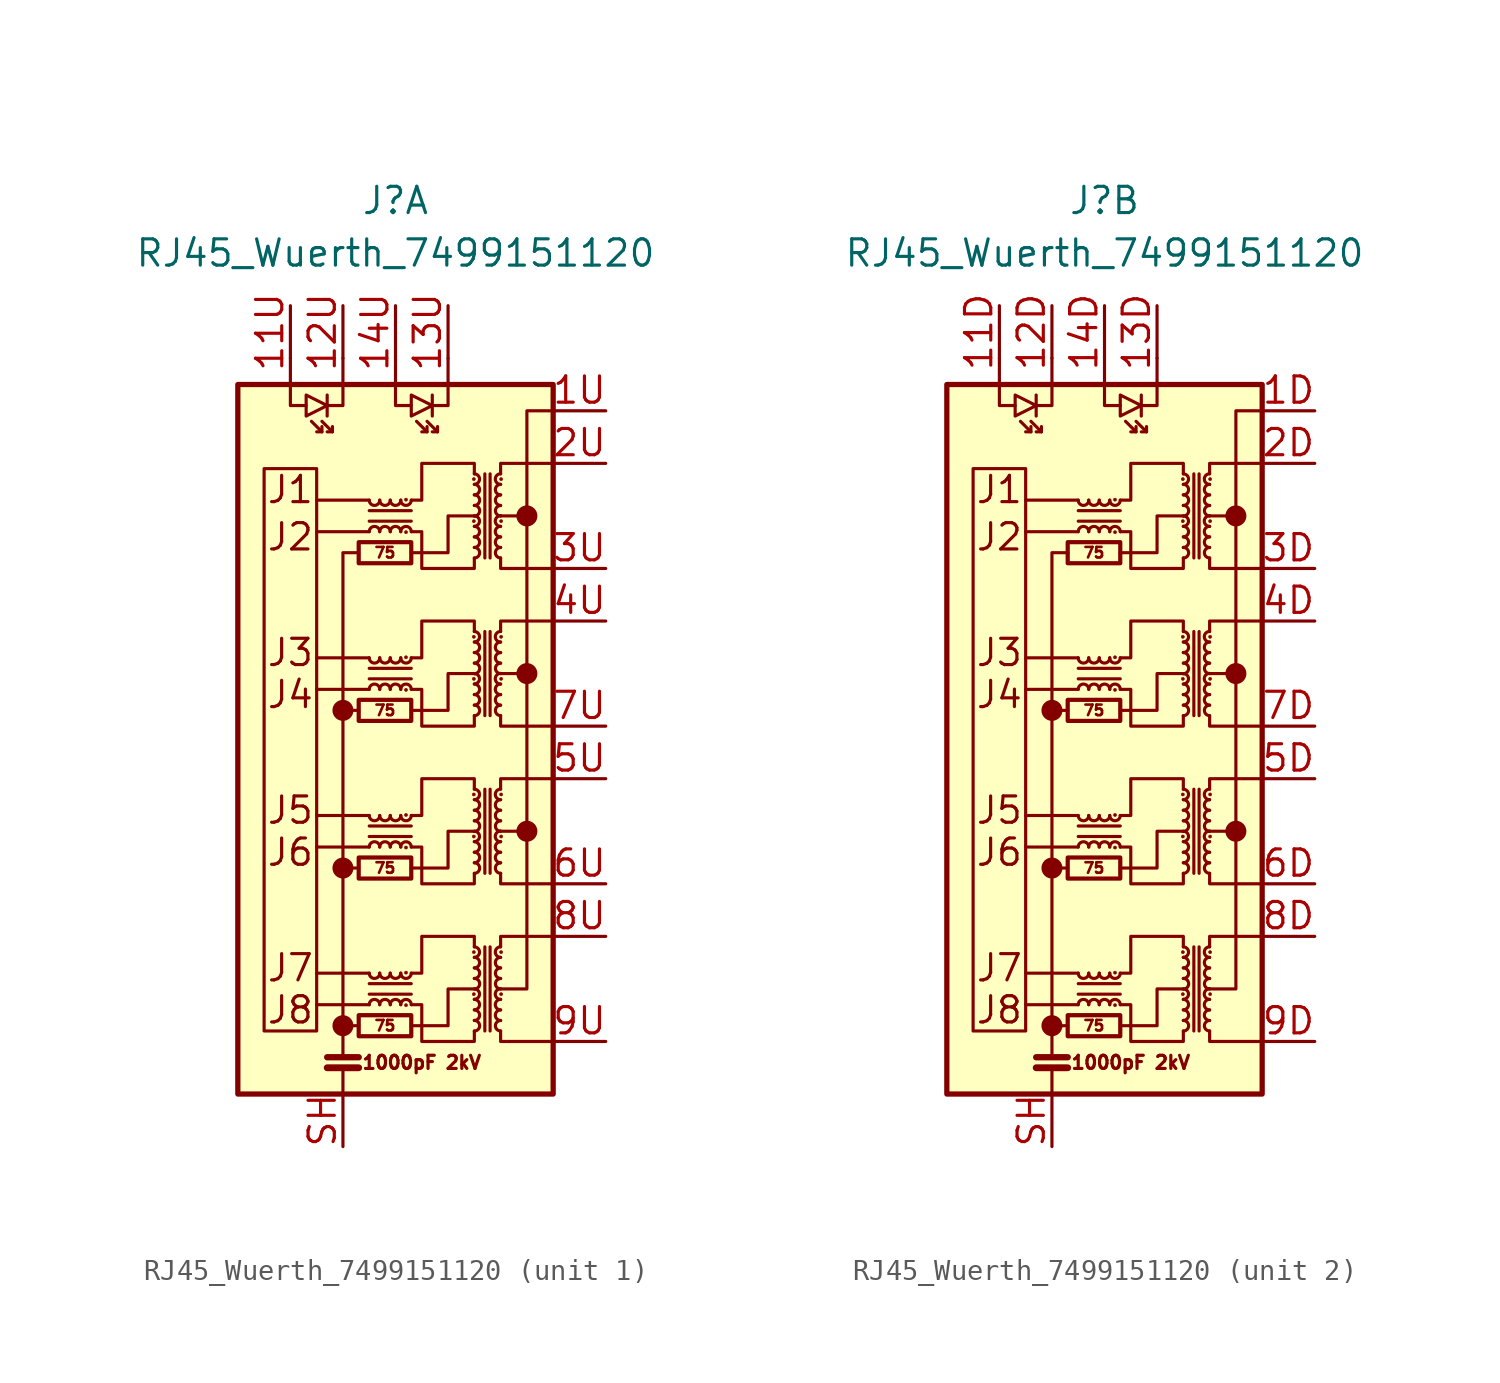
<source format=kicad_sym>
(kicad_symbol_lib
  (version 20241209)
  (generator "kicad_symbol_editor")
  (generator_version "9.0")
  (symbol "RJ45_Wuerth_7499151120"
    (pin_names
      (offset 0.025)
      (hide yes))
    (property "Reference" "J"
      (at 0 25.4 0)
      (effects (font (size 1.27 1.27))))
    (property "Value" "RJ45_Wuerth_7499151120"
      (at 0 22.86 0)
      (effects (font (size 1.27 1.27))))
    (property "ki_locked" ""
      (at 0 0 0)
      (effects (font (size 1.27 1.27))))
    (symbol "RJ45_Wuerth_7499151120_0_0"
      (circle (center -2.54 0.762) (radius 0.0001) (stroke (width 0.508) (type default)) (fill (type none)))
      (circle (center -2.54 -6.858) (radius 0.0001) (stroke (width 0.508) (type default)) (fill (type none)))
      (circle (center -2.54 -14.478) (radius 0.0001) (stroke (width 0.508) (type default)) (fill (type none)))
      (polyline (pts (xy -1.778 -14.478) (xy -2.54 -14.478)) (stroke (width 0) (type default)) (fill (type none)))
      (polyline (pts (xy -1.27 10.922) (xy -3.81 10.922)) (stroke (width 0) (type default)) (fill (type none)))
      (polyline (pts (xy -1.27 9.398) (xy -3.81 9.398)) (stroke (width 0) (type default)) (fill (type none)))
      (polyline (pts (xy -1.27 3.302) (xy -3.81 3.302)) (stroke (width 0) (type default)) (fill (type none)))
      (polyline (pts (xy -1.27 1.778) (xy -3.81 1.778)) (stroke (width 0) (type default)) (fill (type none)))
      (polyline (pts (xy -1.27 -4.318) (xy -3.81 -4.318)) (stroke (width 0) (type default)) (fill (type none)))
      (polyline (pts (xy -1.27 -5.842) (xy -3.81 -5.842)) (stroke (width 0) (type default)) (fill (type none)))
      (polyline (pts (xy -1.27 -11.938) (xy -3.81 -11.938)) (stroke (width 0) (type default)) (fill (type none)))
      (polyline (pts (xy -1.27 -13.462) (xy -3.81 -13.462)) (stroke (width 0) (type default)) (fill (type none)))
      (polyline (pts (xy 0.762 8.382) (xy 2.54 8.382) (xy 2.54 10.16) (xy 3.81 10.16)) (stroke (width 0) (type default)) (fill (type none)))
      (polyline (pts (xy 0.762 0.762) (xy 2.54 0.762) (xy 2.54 2.54) (xy 3.81 2.54)) (stroke (width 0) (type default)) (fill (type none)))
      (polyline (pts (xy 0.762 -6.858) (xy 2.54 -6.858) (xy 2.54 -5.08) (xy 3.81 -5.08)) (stroke (width 0) (type default)) (fill (type none)))
      (polyline (pts (xy 0.762 -14.478) (xy 2.54 -14.478) (xy 2.54 -12.7) (xy 3.81 -12.7)) (stroke (width 0) (type default)) (fill (type none)))
      (polyline (pts (xy 5.08 2.54) (xy 6.35 2.54)) (stroke (width 0) (type default)) (fill (type none)))
      (polyline (pts (xy 6.35 10.16) (xy 5.08 10.16)) (stroke (width 0) (type default)) (fill (type none)))
      (circle (center 6.35 10.16) (radius 0.0001) (stroke (width 0.508) (type default)) (fill (type none)))
      (circle (center 6.35 2.54) (radius 0.0001) (stroke (width 0.508) (type default)) (fill (type none)))
      (polyline (pts (xy 6.35 -5.08) (xy 5.08 -5.08)) (stroke (width 0) (type default)) (fill (type none)))
      (circle (center 6.35 -5.08) (radius 0.0001) (stroke (width 0.508) (type default)) (fill (type none)))
      (text "J1" (at -5.08 11.43 0) (effects (font (size 1.27 1.27))))
      (text "J2" (at -5.08 9.144 0) (effects (font (size 1.27 1.27))))
      (text "J3" (at -5.08 3.556 0) (effects (font (size 1.27 1.27))))
      (text "J4" (at -5.08 1.524 0) (effects (font (size 1.27 1.27))))
      (text "J5" (at -5.08 -4.064 0) (effects (font (size 1.27 1.27))))
      (text "J6" (at -5.08 -6.096 0) (effects (font (size 1.27 1.27))))
      (text "J7" (at -5.08 -11.684 0) (effects (font (size 1.27 1.27))))
      (text "J8" (at -5.08 -13.716 0) (effects (font (size 1.27 1.27))))
      (text "75" (at -0.508 8.382 0) (effects (font (size 0.508 0.508))))
      (text "75" (at -0.508 0.762 0) (effects (font (size 0.508 0.508))))
      (text "75" (at -0.508 -6.858 0) (effects (font (size 0.508 0.508))))
      (text "75" (at -0.508 -14.478 0) (effects (font (size 0.508 0.508))))
      (text "1000pF 2kV" (at 1.27 -16.256 0) (effects (font (size 0.635 0.635)))))
    (symbol "RJ45_Wuerth_7499151120_0_1"
      (rectangle (start -7.62 16.51) (end 7.62 -17.78) (stroke (width 0.254) (type default)) (fill (type background)))
      (polyline (pts (xy -5.08 17.78) (xy -5.08 15.494) (xy -4.318 15.494)) (stroke (width 0) (type default)) (fill (type none)))
      (rectangle (start -3.81 -14.732) (end -6.35 12.446) (stroke (width 0) (type default)) (fill (type none)))
      (polyline (pts (xy -3.556 14.478) (xy -3.556 14.224) (xy -3.81 14.224)) (stroke (width 0) (type default)) (fill (type none)))
      (polyline (pts (xy -3.556 14.224) (xy -4.064 14.732)) (stroke (width 0) (type default)) (fill (type none)))
      (polyline (pts (xy -3.302 16.002) (xy -3.302 14.986)) (stroke (width 0) (type default)) (fill (type none)))
      (polyline (pts (xy -3.302 15.494) (xy -4.318 16.002) (xy -4.318 14.986) (xy -3.302 15.494)) (stroke (width 0) (type default)) (fill (type none)))
      (polyline (pts (xy -3.302 -16.002) (xy -1.778 -16.002)) (stroke (width 0.305) (type default)) (fill (type none)))
      (polyline (pts (xy -3.302 -16.51) (xy -1.778 -16.51)) (stroke (width 0.33) (type default)) (fill (type none)))
      (polyline (pts (xy -3.048 14.478) (xy -3.048 14.224) (xy -3.302 14.224)) (stroke (width 0) (type default)) (fill (type none)))
      (polyline (pts (xy -3.048 14.224) (xy -3.556 14.732)) (stroke (width 0) (type default)) (fill (type none)))
      (polyline (pts (xy -2.54 17.78) (xy -2.54 15.494) (xy -3.302 15.494)) (stroke (width 0) (type default)) (fill (type none)))
      (polyline (pts (xy -2.54 0.762) (xy -1.778 0.762)) (stroke (width 0) (type default)) (fill (type none)))
      (polyline (pts (xy -2.54 -16.002) (xy -2.54 8.382) (xy -1.778 8.382)) (stroke (width 0) (type default)) (fill (type none)))
      (polyline (pts (xy -2.54 -17.78) (xy -2.54 -16.51)) (stroke (width 0) (type default)) (fill (type none)))
      (rectangle (start -1.778 7.874) (end 0.762 8.89) (stroke (width 0.203) (type default)) (fill (type none)))
      (rectangle (start -1.778 0.254) (end 0.762 1.27) (stroke (width 0.203) (type default)) (fill (type none)))
      (polyline (pts (xy -1.778 -6.858) (xy -2.54 -6.858)) (stroke (width 0) (type default)) (fill (type none)))
      (rectangle (start -1.778 -7.366) (end 0.762 -6.35) (stroke (width 0.203) (type default)) (fill (type none)))
      (rectangle (start -1.778 -14.986) (end 0.762 -13.97) (stroke (width 0.203) (type default)) (fill (type none)))
      (polyline (pts (xy -1.27 9.906) (xy 0.762 9.906)) (stroke (width 0) (type default)) (fill (type none)))
      (polyline (pts (xy -1.27 2.286) (xy 0.762 2.286)) (stroke (width 0) (type default)) (fill (type none)))
      (polyline (pts (xy -1.27 -5.334) (xy 0.762 -5.334)) (stroke (width 0) (type default)) (fill (type none)))
      (polyline (pts (xy -1.27 -12.954) (xy 0.762 -12.954)) (stroke (width 0) (type default)) (fill (type none)))
      (arc (start -0.762 10.922) (mid -1.016 10.6691) (end -1.27 10.922) (stroke (width 0) (type default)) (fill (type none)))
      (arc (start -1.27 9.398) (mid -1.016 9.6509) (end -0.762 9.398) (stroke (width 0) (type default)) (fill (type none)))
      (arc (start -0.762 3.302) (mid -1.016 3.0491) (end -1.27 3.302) (stroke (width 0) (type default)) (fill (type none)))
      (arc (start -1.27 1.778) (mid -1.016 2.0309) (end -0.762 1.778) (stroke (width 0) (type default)) (fill (type none)))
      (arc (start -0.762 -4.318) (mid -1.016 -4.5709) (end -1.27 -4.318) (stroke (width 0) (type default)) (fill (type none)))
      (arc (start -1.27 -5.842) (mid -1.016 -5.5891) (end -0.762 -5.842) (stroke (width 0) (type default)) (fill (type none)))
      (arc (start -0.762 -11.938) (mid -1.016 -12.1909) (end -1.27 -11.938) (stroke (width 0) (type default)) (fill (type none)))
      (arc (start -1.27 -13.462) (mid -1.016 -13.2091) (end -0.762 -13.462) (stroke (width 0) (type default)) (fill (type none)))
      (arc (start -0.254 10.922) (mid -0.508 10.6691) (end -0.762 10.922) (stroke (width 0) (type default)) (fill (type none)))
      (arc (start -0.762 9.398) (mid -0.508 9.6509) (end -0.254 9.398) (stroke (width 0) (type default)) (fill (type none)))
      (arc (start -0.254 3.302) (mid -0.508 3.0491) (end -0.762 3.302) (stroke (width 0) (type default)) (fill (type none)))
      (arc (start -0.762 1.778) (mid -0.508 2.0309) (end -0.254 1.778) (stroke (width 0) (type default)) (fill (type none)))
      (arc (start -0.254 -4.318) (mid -0.508 -4.5709) (end -0.762 -4.318) (stroke (width 0) (type default)) (fill (type none)))
      (arc (start -0.762 -5.842) (mid -0.508 -5.5891) (end -0.254 -5.842) (stroke (width 0) (type default)) (fill (type none)))
      (arc (start -0.254 -11.938) (mid -0.508 -12.1909) (end -0.762 -11.938) (stroke (width 0) (type default)) (fill (type none)))
      (arc (start -0.762 -13.462) (mid -0.508 -13.2091) (end -0.254 -13.462) (stroke (width 0) (type default)) (fill (type none)))
      (polyline (pts (xy 0 17.78) (xy 0 15.494) (xy 0.762 15.494)) (stroke (width 0) (type default)) (fill (type none)))
      (arc (start 0.254 10.922) (mid 0 10.6691) (end -0.254 10.922) (stroke (width 0) (type default)) (fill (type none)))
      (arc (start -0.254 9.398) (mid 0 9.6509) (end 0.254 9.398) (stroke (width 0) (type default)) (fill (type none)))
      (arc (start 0.254 3.302) (mid 0 3.0491) (end -0.254 3.302) (stroke (width 0) (type default)) (fill (type none)))
      (arc (start -0.254 1.778) (mid 0 2.0309) (end 0.254 1.778) (stroke (width 0) (type default)) (fill (type none)))
      (arc (start 0.254 -4.318) (mid 0 -4.5709) (end -0.254 -4.318) (stroke (width 0) (type default)) (fill (type none)))
      (arc (start -0.254 -5.842) (mid 0 -5.5891) (end 0.254 -5.842) (stroke (width 0) (type default)) (fill (type none)))
      (arc (start 0.254 -11.938) (mid 0 -12.1909) (end -0.254 -11.938) (stroke (width 0) (type default)) (fill (type none)))
      (arc (start -0.254 -13.462) (mid 0 -13.2091) (end 0.254 -13.462) (stroke (width 0) (type default)) (fill (type none)))
      (circle (center 0.508 10.947) (radius 0.076) (stroke (width 0.025) (type default)) (fill (type outline)))
      (arc (start 0.762 10.922) (mid 0.508 10.6691) (end 0.254 10.922) (stroke (width 0) (type default)) (fill (type none)))
      (arc (start 0.254 9.398) (mid 0.508 9.6509) (end 0.762 9.398) (stroke (width 0) (type default)) (fill (type none)))
      (circle (center 0.508 9.373) (radius 0.076) (stroke (width 0.025) (type default)) (fill (type outline)))
      (circle (center 0.508 3.327) (radius 0.076) (stroke (width 0.025) (type default)) (fill (type outline)))
      (arc (start 0.762 3.302) (mid 0.508 3.0491) (end 0.254 3.302) (stroke (width 0) (type default)) (fill (type none)))
      (arc (start 0.254 1.778) (mid 0.508 2.0309) (end 0.762 1.778) (stroke (width 0) (type default)) (fill (type none)))
      (circle (center 0.508 1.753) (radius 0.076) (stroke (width 0.025) (type default)) (fill (type outline)))
      (circle (center 0.508 -4.293) (radius 0.076) (stroke (width 0.025) (type default)) (fill (type outline)))
      (arc (start 0.762 -4.318) (mid 0.508 -4.5709) (end 0.254 -4.318) (stroke (width 0) (type default)) (fill (type none)))
      (arc (start 0.254 -5.842) (mid 0.508 -5.5891) (end 0.762 -5.842) (stroke (width 0) (type default)) (fill (type none)))
      (circle (center 0.508 -5.867) (radius 0.076) (stroke (width 0.025) (type default)) (fill (type outline)))
      (circle (center 0.508 -11.913) (radius 0.076) (stroke (width 0.025) (type default)) (fill (type outline)))
      (arc (start 0.762 -11.938) (mid 0.508 -12.1909) (end 0.254 -11.938) (stroke (width 0) (type default)) (fill (type none)))
      (arc (start 0.254 -13.462) (mid 0.508 -13.2091) (end 0.762 -13.462) (stroke (width 0) (type default)) (fill (type none)))
      (circle (center 0.508 -13.487) (radius 0.076) (stroke (width 0.025) (type default)) (fill (type outline)))
      (polyline (pts (xy 0.762 10.922) (xy 1.27 10.922) (xy 1.27 12.7) (xy 3.81 12.7) (xy 3.81 12.192)) (stroke (width 0) (type default)) (fill (type none)))
      (polyline (pts (xy 0.762 10.414) (xy -1.27 10.414)) (stroke (width 0) (type default)) (fill (type none)))
      (polyline (pts (xy 0.762 3.302) (xy 1.27 3.302) (xy 1.27 5.08) (xy 3.81 5.08) (xy 3.81 4.572)) (stroke (width 0) (type default)) (fill (type none)))
      (polyline (pts (xy 0.762 2.794) (xy -1.27 2.794)) (stroke (width 0) (type default)) (fill (type none)))
      (polyline (pts (xy 0.762 -4.318) (xy 1.27 -4.318) (xy 1.27 -2.54) (xy 3.81 -2.54) (xy 3.81 -3.048)) (stroke (width 0) (type default)) (fill (type none)))
      (polyline (pts (xy 0.762 -4.826) (xy -1.27 -4.826)) (stroke (width 0) (type default)) (fill (type none)))
      (polyline (pts (xy 0.762 -11.938) (xy 1.27 -11.938) (xy 1.27 -10.16) (xy 3.81 -10.16) (xy 3.81 -10.668)) (stroke (width 0) (type default)) (fill (type none)))
      (polyline (pts (xy 0.762 -12.446) (xy -1.27 -12.446)) (stroke (width 0) (type default)) (fill (type none)))
      (polyline (pts (xy 1.524 14.478) (xy 1.524 14.224) (xy 1.27 14.224)) (stroke (width 0) (type default)) (fill (type none)))
      (polyline (pts (xy 1.524 14.224) (xy 1.016 14.732)) (stroke (width 0) (type default)) (fill (type none)))
      (polyline (pts (xy 1.778 16.002) (xy 1.778 14.986)) (stroke (width 0) (type default)) (fill (type none)))
      (polyline (pts (xy 1.778 15.494) (xy 0.762 16.002) (xy 0.762 14.986) (xy 1.778 15.494)) (stroke (width 0) (type default)) (fill (type none)))
      (polyline (pts (xy 2.032 14.478) (xy 2.032 14.224) (xy 1.778 14.224)) (stroke (width 0) (type default)) (fill (type none)))
      (polyline (pts (xy 2.032 14.224) (xy 1.524 14.732)) (stroke (width 0) (type default)) (fill (type none)))
      (polyline (pts (xy 2.54 17.78) (xy 2.54 15.494) (xy 1.778 15.494)) (stroke (width 0) (type default)) (fill (type none)))
      (circle (center 3.785 11.938) (radius 0.076) (stroke (width 0.025) (type default)) (fill (type outline)))
      (circle (center 3.785 9.906) (radius 0.076) (stroke (width 0.025) (type default)) (fill (type outline)))
      (circle (center 3.785 4.318) (radius 0.076) (stroke (width 0.025) (type default)) (fill (type outline)))
      (circle (center 3.785 2.286) (radius 0.076) (stroke (width 0.025) (type default)) (fill (type outline)))
      (circle (center 3.785 -3.302) (radius 0.076) (stroke (width 0.025) (type default)) (fill (type outline)))
      (circle (center 3.785 -5.334) (radius 0.076) (stroke (width 0.025) (type default)) (fill (type outline)))
      (circle (center 3.785 -10.922) (radius 0.076) (stroke (width 0.025) (type default)) (fill (type outline)))
      (circle (center 3.785 -12.954) (radius 0.076) (stroke (width 0.025) (type default)) (fill (type outline)))
      (arc (start 3.81 12.192) (mid 4.063 11.938) (end 3.81 11.684) (stroke (width 0) (type default)) (fill (type none)))
      (arc (start 3.81 11.684) (mid 4.063 11.43) (end 3.81 11.176) (stroke (width 0) (type default)) (fill (type none)))
      (arc (start 3.81 11.176) (mid 4.063 10.922) (end 3.81 10.668) (stroke (width 0) (type default)) (fill (type none)))
      (arc (start 3.81 10.668) (mid 4.063 10.414) (end 3.81 10.16) (stroke (width 0) (type default)) (fill (type none)))
      (arc (start 3.81 10.16) (mid 4.063 9.906) (end 3.81 9.652) (stroke (width 0) (type default)) (fill (type none)))
      (arc (start 3.81 9.652) (mid 4.063 9.398) (end 3.81 9.144) (stroke (width 0) (type default)) (fill (type none)))
      (arc (start 3.81 9.144) (mid 4.063 8.89) (end 3.81 8.636) (stroke (width 0) (type default)) (fill (type none)))
      (arc (start 3.81 8.636) (mid 4.063 8.382) (end 3.81 8.128) (stroke (width 0) (type default)) (fill (type none)))
      (arc (start 3.81 4.572) (mid 4.063 4.318) (end 3.81 4.064) (stroke (width 0) (type default)) (fill (type none)))
      (arc (start 3.81 4.064) (mid 4.063 3.81) (end 3.81 3.556) (stroke (width 0) (type default)) (fill (type none)))
      (arc (start 3.81 3.556) (mid 4.063 3.302) (end 3.81 3.048) (stroke (width 0) (type default)) (fill (type none)))
      (arc (start 3.81 3.048) (mid 4.063 2.794) (end 3.81 2.54) (stroke (width 0) (type default)) (fill (type none)))
      (arc (start 3.81 2.54) (mid 4.063 2.286) (end 3.81 2.032) (stroke (width 0) (type default)) (fill (type none)))
      (arc (start 3.81 2.032) (mid 4.063 1.778) (end 3.81 1.524) (stroke (width 0) (type default)) (fill (type none)))
      (arc (start 3.81 1.524) (mid 4.063 1.27) (end 3.81 1.016) (stroke (width 0) (type default)) (fill (type none)))
      (arc (start 3.81 1.016) (mid 4.063 0.762) (end 3.81 0.508) (stroke (width 0) (type default)) (fill (type none)))
      (arc (start 3.81 -3.048) (mid 4.063 -3.302) (end 3.81 -3.556) (stroke (width 0) (type default)) (fill (type none)))
      (arc (start 3.81 -3.556) (mid 4.063 -3.81) (end 3.81 -4.064) (stroke (width 0) (type default)) (fill (type none)))
      (arc (start 3.81 -4.064) (mid 4.063 -4.318) (end 3.81 -4.572) (stroke (width 0) (type default)) (fill (type none)))
      (arc (start 3.81 -4.572) (mid 4.063 -4.826) (end 3.81 -5.08) (stroke (width 0) (type default)) (fill (type none)))
      (arc (start 3.81 -5.08) (mid 4.063 -5.334) (end 3.81 -5.588) (stroke (width 0) (type default)) (fill (type none)))
      (arc (start 3.81 -5.588) (mid 4.063 -5.842) (end 3.81 -6.096) (stroke (width 0) (type default)) (fill (type none)))
      (arc (start 3.81 -6.096) (mid 4.063 -6.35) (end 3.81 -6.604) (stroke (width 0) (type default)) (fill (type none)))
      (arc (start 3.81 -6.604) (mid 4.063 -6.858) (end 3.81 -7.112) (stroke (width 0) (type default)) (fill (type none)))
      (arc (start 3.81 -10.668) (mid 4.063 -10.922) (end 3.81 -11.176) (stroke (width 0) (type default)) (fill (type none)))
      (arc (start 3.81 -11.176) (mid 4.063 -11.43) (end 3.81 -11.684) (stroke (width 0) (type default)) (fill (type none)))
      (arc (start 3.81 -11.684) (mid 4.063 -11.938) (end 3.81 -12.192) (stroke (width 0) (type default)) (fill (type none)))
      (arc (start 3.81 -12.192) (mid 4.063 -12.446) (end 3.81 -12.7) (stroke (width 0) (type default)) (fill (type none)))
      (arc (start 3.81 -12.7) (mid 4.063 -12.954) (end 3.81 -13.208) (stroke (width 0) (type default)) (fill (type none)))
      (arc (start 3.81 -13.208) (mid 4.063 -13.462) (end 3.81 -13.716) (stroke (width 0) (type default)) (fill (type none)))
      (arc (start 3.81 -13.716) (mid 4.063 -13.97) (end 3.81 -14.224) (stroke (width 0) (type default)) (fill (type none)))
      (arc (start 3.81 -14.224) (mid 4.063 -14.478) (end 3.81 -14.732) (stroke (width 0) (type default)) (fill (type none)))
      (polyline (pts (xy 3.81 8.128) (xy 3.81 7.62) (xy 1.27 7.62) (xy 1.27 9.398) (xy 0.762 9.398)) (stroke (width 0) (type default)) (fill (type none)))
      (polyline (pts (xy 3.81 0.508) (xy 3.81 0) (xy 1.27 0) (xy 1.27 1.778) (xy 0.762 1.778)) (stroke (width 0) (type default)) (fill (type none)))
      (polyline (pts (xy 3.81 -7.112) (xy 3.81 -7.62) (xy 1.27 -7.62) (xy 1.27 -5.842) (xy 0.762 -5.842)) (stroke (width 0) (type default)) (fill (type none)))
      (polyline (pts (xy 3.81 -14.732) (xy 3.81 -15.24) (xy 1.27 -15.24) (xy 1.27 -13.462) (xy 0.762 -13.462)) (stroke (width 0) (type default)) (fill (type none)))
      (polyline (pts (xy 4.318 12.192) (xy 4.318 8.128)) (stroke (width 0) (type default)) (fill (type none)))
      (polyline (pts (xy 4.318 4.572) (xy 4.318 0.508)) (stroke (width 0) (type default)) (fill (type none)))
      (polyline (pts (xy 4.318 -3.048) (xy 4.318 -7.112)) (stroke (width 0) (type default)) (fill (type none)))
      (polyline (pts (xy 4.318 -10.668) (xy 4.318 -14.732)) (stroke (width 0) (type default)) (fill (type none)))
      (polyline (pts (xy 4.572 8.128) (xy 4.572 12.192)) (stroke (width 0) (type default)) (fill (type none)))
      (polyline (pts (xy 4.572 0.508) (xy 4.572 4.572)) (stroke (width 0) (type default)) (fill (type none)))
      (polyline (pts (xy 4.572 -7.112) (xy 4.572 -3.048)) (stroke (width 0) (type default)) (fill (type none)))
      (polyline (pts (xy 4.572 -14.732) (xy 4.572 -10.668)) (stroke (width 0) (type default)) (fill (type none)))
      (polyline (pts (xy 5.08 12.192) (xy 5.08 12.7) (xy 7.62 12.7)) (stroke (width 0) (type default)) (fill (type none)))
      (polyline (pts (xy 5.08 8.128) (xy 5.08 7.62) (xy 7.62 7.62)) (stroke (width 0) (type default)) (fill (type none)))
      (polyline (pts (xy 5.08 4.572) (xy 5.08 5.08) (xy 7.62 5.08)) (stroke (width 0) (type default)) (fill (type none)))
      (polyline (pts (xy 5.08 0.508) (xy 5.08 0) (xy 7.62 0)) (stroke (width 0) (type default)) (fill (type none)))
      (polyline (pts (xy 5.08 -3.048) (xy 5.08 -2.54) (xy 7.62 -2.54)) (stroke (width 0) (type default)) (fill (type none)))
      (polyline (pts (xy 5.08 -7.112) (xy 5.08 -7.62) (xy 7.62 -7.62)) (stroke (width 0) (type default)) (fill (type none)))
      (polyline (pts (xy 5.08 -10.668) (xy 5.08 -10.16) (xy 7.62 -10.16)) (stroke (width 0) (type default)) (fill (type none)))
      (polyline (pts (xy 5.08 -14.732) (xy 5.08 -15.24) (xy 7.62 -15.24)) (stroke (width 0) (type default)) (fill (type none)))
      (arc (start 5.08 11.684) (mid 4.827 11.938) (end 5.08 12.192) (stroke (width 0) (type default)) (fill (type none)))
      (arc (start 5.08 10.668) (mid 4.827 10.922) (end 5.08 11.176) (stroke (width 0) (type default)) (fill (type none)))
      (arc (start 5.08 10.16) (mid 4.827 10.414) (end 5.08 10.668) (stroke (width 0) (type default)) (fill (type none)))
      (arc (start 5.08 9.652) (mid 4.827 9.906) (end 5.08 10.16) (stroke (width 0) (type default)) (fill (type none)))
      (arc (start 5.08 9.144) (mid 4.827 9.398) (end 5.08 9.652) (stroke (width 0) (type default)) (fill (type none)))
      (arc (start 5.08 8.128) (mid 4.827 8.382) (end 5.08 8.636) (stroke (width 0) (type default)) (fill (type none)))
      (arc (start 5.08 4.064) (mid 4.827 4.318) (end 5.08 4.572) (stroke (width 0) (type default)) (fill (type none)))
      (arc (start 5.08 3.048) (mid 4.827 3.302) (end 5.08 3.556) (stroke (width 0) (type default)) (fill (type none)))
      (arc (start 5.08 2.54) (mid 4.827 2.794) (end 5.08 3.048) (stroke (width 0) (type default)) (fill (type none)))
      (arc (start 5.08 2.032) (mid 4.827 2.286) (end 5.08 2.54) (stroke (width 0) (type default)) (fill (type none)))
      (arc (start 5.08 1.524) (mid 4.827 1.778) (end 5.08 2.032) (stroke (width 0) (type default)) (fill (type none)))
      (arc (start 5.08 0.508) (mid 4.827 0.762) (end 5.08 1.016) (stroke (width 0) (type default)) (fill (type none)))
      (arc (start 5.08 -3.556) (mid 4.827 -3.302) (end 5.08 -3.048) (stroke (width 0) (type default)) (fill (type none)))
      (arc (start 5.08 -4.572) (mid 4.827 -4.318) (end 5.08 -4.064) (stroke (width 0) (type default)) (fill (type none)))
      (arc (start 5.08 -5.08) (mid 4.827 -4.826) (end 5.08 -4.572) (stroke (width 0) (type default)) (fill (type none)))
      (arc (start 5.08 -5.588) (mid 4.827 -5.334) (end 5.08 -5.08) (stroke (width 0) (type default)) (fill (type none)))
      (arc (start 5.08 -6.096) (mid 4.827 -5.842) (end 5.08 -5.588) (stroke (width 0) (type default)) (fill (type none)))
      (arc (start 5.08 -7.112) (mid 4.827 -6.858) (end 5.08 -6.604) (stroke (width 0) (type default)) (fill (type none)))
      (arc (start 5.08 -11.176) (mid 4.827 -10.922) (end 5.08 -10.668) (stroke (width 0) (type default)) (fill (type none)))
      (arc (start 5.08 -12.192) (mid 4.827 -11.938) (end 5.08 -11.684) (stroke (width 0) (type default)) (fill (type none)))
      (arc (start 5.08 -12.7) (mid 4.827 -12.446) (end 5.08 -12.192) (stroke (width 0) (type default)) (fill (type none)))
      (arc (start 5.08 -13.208) (mid 4.827 -12.954) (end 5.08 -12.7) (stroke (width 0) (type default)) (fill (type none)))
      (arc (start 5.08 -13.716) (mid 4.827 -13.462) (end 5.08 -13.208) (stroke (width 0) (type default)) (fill (type none)))
      (arc (start 5.08 -14.732) (mid 4.827 -14.478) (end 5.08 -14.224) (stroke (width 0) (type default)) (fill (type none)))
      (arc (start 5.08 11.176) (mid 4.8271 11.43) (end 5.08 11.684) (stroke (width 0) (type default)) (fill (type none)))
      (arc (start 5.08 8.636) (mid 4.8271 8.89) (end 5.08 9.144) (stroke (width 0) (type default)) (fill (type none)))
      (arc (start 5.08 3.556) (mid 4.8271 3.81) (end 5.08 4.064) (stroke (width 0) (type default)) (fill (type none)))
      (arc (start 5.08 1.016) (mid 4.8271 1.27) (end 5.08 1.524) (stroke (width 0) (type default)) (fill (type none)))
      (arc (start 5.08 -4.064) (mid 4.8271 -3.81) (end 5.08 -3.556) (stroke (width 0) (type default)) (fill (type none)))
      (arc (start 5.08 -6.604) (mid 4.8271 -6.35) (end 5.08 -6.096) (stroke (width 0) (type default)) (fill (type none)))
      (arc (start 5.08 -11.684) (mid 4.8271 -11.43) (end 5.08 -11.176) (stroke (width 0) (type default)) (fill (type none)))
      (arc (start 5.08 -14.224) (mid 4.8271 -13.97) (end 5.08 -13.716) (stroke (width 0) (type default)) (fill (type none)))
      (circle (center 5.105 11.938) (radius 0.076) (stroke (width 0.025) (type default)) (fill (type outline)))
      (circle (center 5.105 9.906) (radius 0.076) (stroke (width 0.025) (type default)) (fill (type outline)))
      (circle (center 5.105 4.318) (radius 0.076) (stroke (width 0.025) (type default)) (fill (type outline)))
      (circle (center 5.105 2.286) (radius 0.076) (stroke (width 0.025) (type default)) (fill (type outline)))
      (circle (center 5.105 -3.302) (radius 0.076) (stroke (width 0.025) (type default)) (fill (type outline)))
      (circle (center 5.105 -5.334) (radius 0.076) (stroke (width 0.025) (type default)) (fill (type outline)))
      (circle (center 5.105 -10.922) (radius 0.076) (stroke (width 0.025) (type default)) (fill (type outline)))
      (circle (center 5.105 -12.954) (radius 0.076) (stroke (width 0.025) (type default)) (fill (type outline)))
      (polyline (pts (xy 7.62 15.24) (xy 6.35 15.24) (xy 6.35 -12.7) (xy 5.08 -12.7)) (stroke (width 0) (type default)) (fill (type none)))
      (pin power_in line (at -2.54 -20.32 90) (length 2.54) (name "~" (effects (font (size 1.27 1.27)))) (number "SH" (effects (font (size 1.27 1.27))))))
    (symbol "RJ45_Wuerth_7499151120_1_1"
      (pin passive line (at -5.08 20.32 270) (length 2.54) (name "~" (effects (font (size 1.27 1.27)))) (number "11U" (effects (font (size 1.27 1.27)))))
      (pin passive line (at -2.54 20.32 270) (length 2.54) (name "~" (effects (font (size 1.27 1.27)))) (number "12U" (effects (font (size 1.27 1.27)))))
      (pin passive line (at 0 20.32 270) (length 2.54) (name "~" (effects (font (size 1.27 1.27)))) (number "14U" (effects (font (size 1.27 1.27)))))
      (pin no_connect line (at 0 -17.78 90) (length 2.54) (hide yes) (name "~" (effects (font (size 1.27 1.27)))) (number "10U" (effects (font (size 1.27 1.27)))))
      (pin passive line (at 2.54 20.32 270) (length 2.54) (name "~" (effects (font (size 1.27 1.27)))) (number "13U" (effects (font (size 1.27 1.27)))))
      (pin passive line (at 10.16 15.24 180) (length 2.54) (name "~" (effects (font (size 1.27 1.27)))) (number "1U" (effects (font (size 1.27 1.27)))))
      (pin passive line (at 10.16 12.7 180) (length 2.54) (name "~" (effects (font (size 1.27 1.27)))) (number "2U" (effects (font (size 1.27 1.27)))))
      (pin passive line (at 10.16 7.62 180) (length 2.54) (name "~" (effects (font (size 1.27 1.27)))) (number "3U" (effects (font (size 1.27 1.27)))))
      (pin passive line (at 10.16 5.08 180) (length 2.54) (name "~" (effects (font (size 1.27 1.27)))) (number "4U" (effects (font (size 1.27 1.27)))))
      (pin passive line (at 10.16 0 180) (length 2.54) (name "~" (effects (font (size 1.27 1.27)))) (number "7U" (effects (font (size 1.27 1.27)))))
      (pin passive line (at 10.16 -2.54 180) (length 2.54) (name "~" (effects (font (size 1.27 1.27)))) (number "5U" (effects (font (size 1.27 1.27)))))
      (pin passive line (at 10.16 -7.62 180) (length 2.54) (name "~" (effects (font (size 1.27 1.27)))) (number "6U" (effects (font (size 1.27 1.27)))))
      (pin passive line (at 10.16 -10.16 180) (length 2.54) (name "~" (effects (font (size 1.27 1.27)))) (number "8U" (effects (font (size 1.27 1.27)))))
      (pin passive line (at 10.16 -15.24 180) (length 2.54) (name "~" (effects (font (size 1.27 1.27)))) (number "9U" (effects (font (size 1.27 1.27))))))
    (symbol "RJ45_Wuerth_7499151120_2_1"
      (pin passive line (at -5.08 20.32 270) (length 2.54) (name "~" (effects (font (size 1.27 1.27)))) (number "11D" (effects (font (size 1.27 1.27)))))
      (pin passive line (at -2.54 20.32 270) (length 2.54) (name "~" (effects (font (size 1.27 1.27)))) (number "12D" (effects (font (size 1.27 1.27)))))
      (pin passive line (at 0 20.32 270) (length 2.54) (name "~" (effects (font (size 1.27 1.27)))) (number "14D" (effects (font (size 1.27 1.27)))))
      (pin no_connect line (at 0 -17.78 90) (length 2.54) (hide yes) (name "~" (effects (font (size 1.27 1.27)))) (number "10D" (effects (font (size 1.27 1.27)))))
      (pin passive line (at 2.54 20.32 270) (length 2.54) (name "~" (effects (font (size 1.27 1.27)))) (number "13D" (effects (font (size 1.27 1.27)))))
      (pin passive line (at 10.16 15.24 180) (length 2.54) (name "~" (effects (font (size 1.27 1.27)))) (number "1D" (effects (font (size 1.27 1.27)))))
      (pin passive line (at 10.16 12.7 180) (length 2.54) (name "~" (effects (font (size 1.27 1.27)))) (number "2D" (effects (font (size 1.27 1.27)))))
      (pin passive line (at 10.16 7.62 180) (length 2.54) (name "~" (effects (font (size 1.27 1.27)))) (number "3D" (effects (font (size 1.27 1.27)))))
      (pin passive line (at 10.16 5.08 180) (length 2.54) (name "~" (effects (font (size 1.27 1.27)))) (number "4D" (effects (font (size 1.27 1.27)))))
      (pin passive line (at 10.16 0 180) (length 2.54) (name "~" (effects (font (size 1.27 1.27)))) (number "7D" (effects (font (size 1.27 1.27)))))
      (pin passive line (at 10.16 -2.54 180) (length 2.54) (name "~" (effects (font (size 1.27 1.27)))) (number "5D" (effects (font (size 1.27 1.27)))))
      (pin passive line (at 10.16 -7.62 180) (length 2.54) (name "~" (effects (font (size 1.27 1.27)))) (number "6D" (effects (font (size 1.27 1.27)))))
      (pin passive line (at 10.16 -10.16 180) (length 2.54) (name "~" (effects (font (size 1.27 1.27)))) (number "8D" (effects (font (size 1.27 1.27)))))
      (pin passive line (at 10.16 -15.24 180) (length 2.54) (name "~" (effects (font (size 1.27 1.27)))) (number "9D" (effects (font (size 1.27 1.27))))))))
</source>
